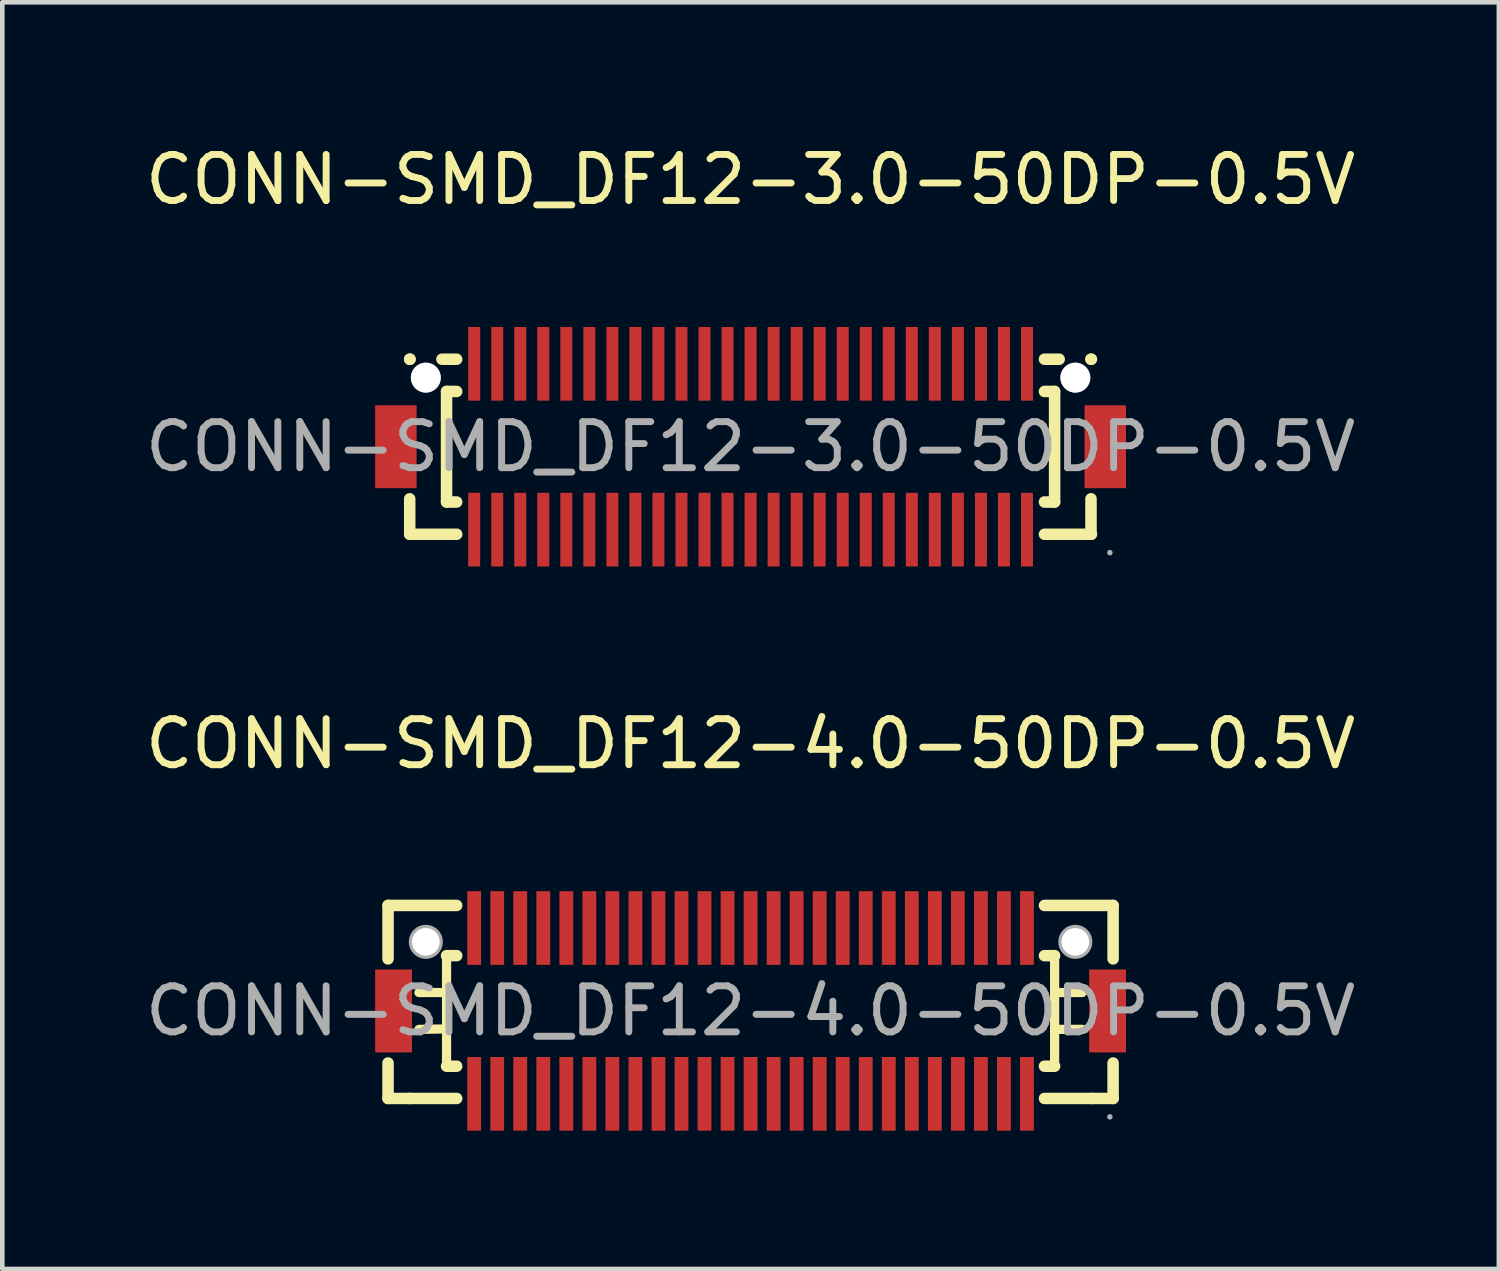
<source format=kicad_pcb>
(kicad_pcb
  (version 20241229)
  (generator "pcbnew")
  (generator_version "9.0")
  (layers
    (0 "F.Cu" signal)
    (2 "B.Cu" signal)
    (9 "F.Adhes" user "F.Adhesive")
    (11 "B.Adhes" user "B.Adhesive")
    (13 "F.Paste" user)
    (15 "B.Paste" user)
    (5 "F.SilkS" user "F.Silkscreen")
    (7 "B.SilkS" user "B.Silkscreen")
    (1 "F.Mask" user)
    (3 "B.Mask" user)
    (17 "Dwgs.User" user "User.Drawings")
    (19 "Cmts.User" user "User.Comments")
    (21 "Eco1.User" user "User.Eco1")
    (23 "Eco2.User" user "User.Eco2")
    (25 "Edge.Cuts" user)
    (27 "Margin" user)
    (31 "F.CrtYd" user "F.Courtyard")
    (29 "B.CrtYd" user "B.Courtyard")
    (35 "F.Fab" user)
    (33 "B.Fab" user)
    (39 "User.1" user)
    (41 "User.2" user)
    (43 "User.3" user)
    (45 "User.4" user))
  (footprint "CONN-SMD_DF12-3.0-50DP-0.5V"
    (layer "F.Cu")
    (at 13.244 6.648)
    (property "Reference" "CONN-SMD_DF12-3.0-50DP-0.5V" (at 0 -5.8 0) (layer "F.SilkS") (effects (font (size 1 1) (thickness 0.15))))
    (attr through_hole)
    (fp_line (start -7.4 -1.9) (end -7.4 -1.9) (stroke (width 0.25) (type solid)) (layer "F.SilkS"))
    (fp_line (start -7.4 -1.9) (end -7.39 -1.9) (stroke (width 0.25) (type solid)) (layer "F.SilkS"))
    (fp_line (start -7.4 1.13) (end -7.4 1.9) (stroke (width 0.25) (type solid)) (layer "F.SilkS"))
    (fp_line (start -7.4 1.9) (end -6.38 1.9) (stroke (width 0.25) (type solid)) (layer "F.SilkS"))
    (fp_line (start -6.7 -1.9) (end -6.38 -1.9) (stroke (width 0.25) (type solid)) (layer "F.SilkS"))
    (fp_line (start -6.6 -1.2) (end -6.38 -1.2) (stroke (width 0.25) (type solid)) (layer "F.SilkS"))
    (fp_line (start -6.6 1.2) (end -6.6 -1.2) (stroke (width 0.2) (type solid)) (layer "F.SilkS"))
    (fp_line (start -6.6 1.2) (end -6.6 -1.2) (stroke (width 0.25) (type solid)) (layer "F.SilkS"))
    (fp_line (start -6.38 1.2) (end -6.6 1.2) (stroke (width 0.25) (type solid)) (layer "F.SilkS"))
    (fp_line (start 6.38 -1.9) (end 6.7 -1.9) (stroke (width 0.25) (type solid)) (layer "F.SilkS"))
    (fp_line (start 6.38 -1.2) (end 6.6 -1.2) (stroke (width 0.25) (type solid)) (layer "F.SilkS"))
    (fp_line (start 6.38 1.9) (end 7.4 1.9) (stroke (width 0.25) (type solid)) (layer "F.SilkS"))
    (fp_line (start 6.6 -1.2) (end 6.6 1.2) (stroke (width 0.2) (type solid)) (layer "F.SilkS"))
    (fp_line (start 6.6 -1.2) (end 6.6 1.2) (stroke (width 0.25) (type solid)) (layer "F.SilkS"))
    (fp_line (start 6.6 1.2) (end 6.38 1.2) (stroke (width 0.25) (type solid)) (layer "F.SilkS"))
    (fp_line (start 7.39 -1.9) (end 7.39 -1.9) (stroke (width 0.25) (type solid)) (layer "F.SilkS"))
    (fp_line (start 7.39 -1.9) (end 7.4 -1.9) (stroke (width 0.25) (type solid)) (layer "F.SilkS"))
    (fp_line (start 7.39 1.13) (end 7.39 1.9) (stroke (width 0.25) (type solid)) (layer "F.SilkS"))
    (fp_circle (center 7.8 2.3) (end 7.83 2.3) (stroke (width 0.06) (type solid)) (fill no) (layer "F.Fab"))
    (fp_text user "${REFERENCE}" (at 0 0 0) (layer "F.Fab") (effects (font (size 1 1) (thickness 0.15))))
    (pad "" thru_hole circle (at -7.05 -1.5) (size 0.65 0.65) (drill 0.65) (layers "*.Cu" "*.Mask"))
    (pad "" thru_hole circle (at 7.05 -1.5) (size 0.65 0.65) (drill 0.65) (layers "*.Cu" "*.Mask"))
    (pad "1" smd rect (at 6 1.8) (size 0.26 1.6) (layers "F.Cu" "F.Mask" "F.Paste"))
    (pad "2" smd rect (at 5.5 1.8) (size 0.26 1.6) (layers "F.Cu" "F.Mask" "F.Paste"))
    (pad "3" smd rect (at 5 1.8) (size 0.26 1.6) (layers "F.Cu" "F.Mask" "F.Paste"))
    (pad "4" smd rect (at 4.5 1.8) (size 0.26 1.6) (layers "F.Cu" "F.Mask" "F.Paste"))
    (pad "5" smd rect (at 4 1.8) (size 0.26 1.6) (layers "F.Cu" "F.Mask" "F.Paste"))
    (pad "6" smd rect (at 3.5 1.8) (size 0.26 1.6) (layers "F.Cu" "F.Mask" "F.Paste"))
    (pad "7" smd rect (at 3 1.8) (size 0.26 1.6) (layers "F.Cu" "F.Mask" "F.Paste"))
    (pad "8" smd rect (at 2.5 1.8) (size 0.26 1.6) (layers "F.Cu" "F.Mask" "F.Paste"))
    (pad "9" smd rect (at 2 1.8) (size 0.26 1.6) (layers "F.Cu" "F.Mask" "F.Paste"))
    (pad "10" smd rect (at 1.5 1.8) (size 0.26 1.6) (layers "F.Cu" "F.Mask" "F.Paste"))
    (pad "11" smd rect (at 1 1.8) (size 0.26 1.6) (layers "F.Cu" "F.Mask" "F.Paste"))
    (pad "12" smd rect (at 0.5 1.8) (size 0.26 1.6) (layers "F.Cu" "F.Mask" "F.Paste"))
    (pad "13" smd rect (at 0 1.8) (size 0.26 1.6) (layers "F.Cu" "F.Mask" "F.Paste"))
    (pad "14" smd rect (at -0.5 1.8) (size 0.26 1.6) (layers "F.Cu" "F.Mask" "F.Paste"))
    (pad "15" smd rect (at -1 1.8) (size 0.26 1.6) (layers "F.Cu" "F.Mask" "F.Paste"))
    (pad "16" smd rect (at -1.5 1.8) (size 0.26 1.6) (layers "F.Cu" "F.Mask" "F.Paste"))
    (pad "17" smd rect (at -2 1.8) (size 0.26 1.6) (layers "F.Cu" "F.Mask" "F.Paste"))
    (pad "18" smd rect (at -2.5 1.8) (size 0.26 1.6) (layers "F.Cu" "F.Mask" "F.Paste"))
    (pad "19" smd rect (at -3 1.8) (size 0.26 1.6) (layers "F.Cu" "F.Mask" "F.Paste"))
    (pad "20" smd rect (at -3.5 1.8) (size 0.26 1.6) (layers "F.Cu" "F.Mask" "F.Paste"))
    (pad "21" smd rect (at -4 1.8) (size 0.26 1.6) (layers "F.Cu" "F.Mask" "F.Paste"))
    (pad "22" smd rect (at -4.5 1.8) (size 0.26 1.6) (layers "F.Cu" "F.Mask" "F.Paste"))
    (pad "23" smd rect (at -5 1.8) (size 0.26 1.6) (layers "F.Cu" "F.Mask" "F.Paste"))
    (pad "24" smd rect (at -5.5 1.8) (size 0.26 1.6) (layers "F.Cu" "F.Mask" "F.Paste"))
    (pad "25" smd rect (at -6 1.8) (size 0.26 1.6) (layers "F.Cu" "F.Mask" "F.Paste"))
    (pad "26" smd rect (at -6 -1.8) (size 0.26 1.6) (layers "F.Cu" "F.Mask" "F.Paste"))
    (pad "27" smd rect (at -5.5 -1.8) (size 0.26 1.6) (layers "F.Cu" "F.Mask" "F.Paste"))
    (pad "28" smd rect (at -5 -1.8) (size 0.26 1.6) (layers "F.Cu" "F.Mask" "F.Paste"))
    (pad "29" smd rect (at -4.5 -1.8) (size 0.26 1.6) (layers "F.Cu" "F.Mask" "F.Paste"))
    (pad "30" smd rect (at -4 -1.8) (size 0.26 1.6) (layers "F.Cu" "F.Mask" "F.Paste"))
    (pad "31" smd rect (at -3.5 -1.8) (size 0.26 1.6) (layers "F.Cu" "F.Mask" "F.Paste"))
    (pad "32" smd rect (at -3 -1.8) (size 0.26 1.6) (layers "F.Cu" "F.Mask" "F.Paste"))
    (pad "33" smd rect (at -2.5 -1.8) (size 0.26 1.6) (layers "F.Cu" "F.Mask" "F.Paste"))
    (pad "34" smd rect (at -2 -1.8) (size 0.26 1.6) (layers "F.Cu" "F.Mask" "F.Paste"))
    (pad "35" smd rect (at -1.5 -1.8) (size 0.26 1.6) (layers "F.Cu" "F.Mask" "F.Paste"))
    (pad "36" smd rect (at -1 -1.8) (size 0.26 1.6) (layers "F.Cu" "F.Mask" "F.Paste"))
    (pad "37" smd rect (at -0.5 -1.8) (size 0.26 1.6) (layers "F.Cu" "F.Mask" "F.Paste"))
    (pad "38" smd rect (at 0 -1.8) (size 0.26 1.6) (layers "F.Cu" "F.Mask" "F.Paste"))
    (pad "39" smd rect (at 0.5 -1.8) (size 0.26 1.6) (layers "F.Cu" "F.Mask" "F.Paste"))
    (pad "40" smd rect (at 1 -1.8) (size 0.26 1.6) (layers "F.Cu" "F.Mask" "F.Paste"))
    (pad "41" smd rect (at 1.5 -1.8) (size 0.26 1.6) (layers "F.Cu" "F.Mask" "F.Paste"))
    (pad "42" smd rect (at 2 -1.8) (size 0.26 1.6) (layers "F.Cu" "F.Mask" "F.Paste"))
    (pad "43" smd rect (at 2.5 -1.8) (size 0.26 1.6) (layers "F.Cu" "F.Mask" "F.Paste"))
    (pad "44" smd rect (at 3 -1.8) (size 0.26 1.6) (layers "F.Cu" "F.Mask" "F.Paste"))
    (pad "45" smd rect (at 3.5 -1.8) (size 0.26 1.6) (layers "F.Cu" "F.Mask" "F.Paste"))
    (pad "46" smd rect (at 4 -1.8) (size 0.26 1.6) (layers "F.Cu" "F.Mask" "F.Paste"))
    (pad "47" smd rect (at 4.5 -1.8) (size 0.26 1.6) (layers "F.Cu" "F.Mask" "F.Paste"))
    (pad "48" smd rect (at 5 -1.8) (size 0.26 1.6) (layers "F.Cu" "F.Mask" "F.Paste"))
    (pad "49" smd rect (at 5.5 -1.8) (size 0.26 1.6) (layers "F.Cu" "F.Mask" "F.Paste"))
    (pad "50" smd rect (at 6 -1.8) (size 0.26 1.6) (layers "F.Cu" "F.Mask" "F.Paste"))
    (pad "51" smd rect (at 7.7 0) (size 0.9 1.8) (layers "F.Cu" "F.Mask" "F.Paste"))
    (pad "52" smd rect (at -7.7 0) (size 0.9 1.8) (layers "F.Cu" "F.Mask" "F.Paste")))
  (footprint "CONN-SMD_DF12-4.0-50DP-0.5V"
    (layer "F.Cu")
    (at 13.244 18.896)
    (property "Reference" "CONN-SMD_DF12-4.0-50DP-0.5V" (at 0 -5.8 0) (layer "F.SilkS") (effects (font (size 1 1) (thickness 0.15))))
    (attr through_hole)
    (fp_line (start -7.87 -2.29) (end -7.87 -1.13) (stroke (width 0.25) (type solid)) (layer "F.SilkS"))
    (fp_line (start -7.87 1.13) (end -7.87 1.9) (stroke (width 0.25) (type solid)) (layer "F.SilkS"))
    (fp_line (start -7.87 1.9) (end -7.4 1.9) (stroke (width 0.25) (type solid)) (layer "F.SilkS"))
    (fp_line (start -7.4 1.9) (end -6.38 1.9) (stroke (width 0.25) (type solid)) (layer "F.SilkS"))
    (fp_line (start -7.2 -0.4) (end -6.6 -0.4) (stroke (width 0.2) (type solid)) (layer "F.SilkS"))
    (fp_line (start -6.6 -1.2) (end -6.38 -1.2) (stroke (width 0.25) (type solid)) (layer "F.SilkS"))
    (fp_line (start -6.6 0.39) (end -7.2 0.4) (stroke (width 0.2) (type solid)) (layer "F.SilkS"))
    (fp_line (start -6.6 1.2) (end -6.6 -1.2) (stroke (width 0.2) (type solid)) (layer "F.SilkS"))
    (fp_line (start -6.38 -2.29) (end -7.87 -2.29) (stroke (width 0.25) (type solid)) (layer "F.SilkS"))
    (fp_line (start -6.38 1.2) (end -6.6 1.2) (stroke (width 0.25) (type solid)) (layer "F.SilkS"))
    (fp_line (start 6.38 -1.2) (end 6.6 -1.2) (stroke (width 0.25) (type solid)) (layer "F.SilkS"))
    (fp_line (start 6.38 1.9) (end 7.4 1.9) (stroke (width 0.25) (type solid)) (layer "F.SilkS"))
    (fp_line (start 6.6 -1.2) (end 6.6 1.2) (stroke (width 0.2) (type solid)) (layer "F.SilkS"))
    (fp_line (start 6.6 -0.4) (end 7.2 -0.4) (stroke (width 0.2) (type solid)) (layer "F.SilkS"))
    (fp_line (start 6.6 1.2) (end 6.38 1.2) (stroke (width 0.25) (type solid)) (layer "F.SilkS"))
    (fp_line (start 7.2 0.4) (end 6.6 0.4) (stroke (width 0.2) (type solid)) (layer "F.SilkS"))
    (fp_line (start 7.4 1.9) (end 7.87 1.9) (stroke (width 0.25) (type solid)) (layer "F.SilkS"))
    (fp_line (start 7.87 -2.29) (end 6.38 -2.29) (stroke (width 0.25) (type solid)) (layer "F.SilkS"))
    (fp_line (start 7.87 -1.13) (end 7.87 -2.29) (stroke (width 0.25) (type solid)) (layer "F.SilkS"))
    (fp_line (start 7.87 1.9) (end 7.87 1.13) (stroke (width 0.25) (type solid)) (layer "F.SilkS"))
    (fp_circle (center -7.05 -1.5) (end -6.93 -1.5) (stroke (width 0.25) (type solid)) (fill no) (layer "F.Fab"))
    (fp_circle (center 7.05 -1.5) (end 7.17 -1.5) (stroke (width 0.25) (type solid)) (fill no) (layer "F.Fab"))
    (fp_circle (center 7.8 2.3) (end 7.83 2.3) (stroke (width 0.06) (type solid)) (fill no) (layer "F.Fab"))
    (fp_text user "${REFERENCE}" (at 0 0 0) (layer "F.Fab") (effects (font (size 1 1) (thickness 0.15))))
    (pad "" thru_hole circle (at -7.05 -1.5) (size 0.6 0.6) (drill 0.6) (layers "*.Cu" "*.Mask"))
    (pad "" thru_hole circle (at 7.05 -1.5) (size 0.6 0.6) (drill 0.6) (layers "*.Cu" "*.Mask"))
    (pad "1" smd rect (at 6 1.8) (size 0.3 1.6) (layers "F.Cu" "F.Mask" "F.Paste"))
    (pad "2" smd rect (at 5.5 1.8) (size 0.3 1.6) (layers "F.Cu" "F.Mask" "F.Paste"))
    (pad "3" smd rect (at 5 1.8) (size 0.3 1.6) (layers "F.Cu" "F.Mask" "F.Paste"))
    (pad "4" smd rect (at 4.5 1.8) (size 0.3 1.6) (layers "F.Cu" "F.Mask" "F.Paste"))
    (pad "5" smd rect (at 4 1.8) (size 0.3 1.6) (layers "F.Cu" "F.Mask" "F.Paste"))
    (pad "6" smd rect (at 3.5 1.8) (size 0.3 1.6) (layers "F.Cu" "F.Mask" "F.Paste"))
    (pad "7" smd rect (at 3 1.8) (size 0.3 1.6) (layers "F.Cu" "F.Mask" "F.Paste"))
    (pad "8" smd rect (at 2.5 1.8) (size 0.3 1.6) (layers "F.Cu" "F.Mask" "F.Paste"))
    (pad "9" smd rect (at 2 1.8) (size 0.3 1.6) (layers "F.Cu" "F.Mask" "F.Paste"))
    (pad "10" smd rect (at 1.5 1.8) (size 0.3 1.6) (layers "F.Cu" "F.Mask" "F.Paste"))
    (pad "11" smd rect (at 1 1.8) (size 0.3 1.6) (layers "F.Cu" "F.Mask" "F.Paste"))
    (pad "12" smd rect (at 0.5 1.8) (size 0.3 1.6) (layers "F.Cu" "F.Mask" "F.Paste"))
    (pad "13" smd rect (at 0 1.8) (size 0.3 1.6) (layers "F.Cu" "F.Mask" "F.Paste"))
    (pad "14" smd rect (at -0.5 1.8) (size 0.3 1.6) (layers "F.Cu" "F.Mask" "F.Paste"))
    (pad "15" smd rect (at -1 1.8) (size 0.3 1.6) (layers "F.Cu" "F.Mask" "F.Paste"))
    (pad "16" smd rect (at -1.5 1.8) (size 0.3 1.6) (layers "F.Cu" "F.Mask" "F.Paste"))
    (pad "17" smd rect (at -2 1.8) (size 0.3 1.6) (layers "F.Cu" "F.Mask" "F.Paste"))
    (pad "18" smd rect (at -2.5 1.8) (size 0.3 1.6) (layers "F.Cu" "F.Mask" "F.Paste"))
    (pad "19" smd rect (at -3 1.8) (size 0.3 1.6) (layers "F.Cu" "F.Mask" "F.Paste"))
    (pad "20" smd rect (at -3.5 1.8) (size 0.3 1.6) (layers "F.Cu" "F.Mask" "F.Paste"))
    (pad "21" smd rect (at -4 1.8) (size 0.3 1.6) (layers "F.Cu" "F.Mask" "F.Paste"))
    (pad "22" smd rect (at -4.5 1.8) (size 0.3 1.6) (layers "F.Cu" "F.Mask" "F.Paste"))
    (pad "23" smd rect (at -5 1.8) (size 0.3 1.6) (layers "F.Cu" "F.Mask" "F.Paste"))
    (pad "24" smd rect (at -5.5 1.8) (size 0.3 1.6) (layers "F.Cu" "F.Mask" "F.Paste"))
    (pad "25" smd rect (at -6 1.8) (size 0.3 1.6) (layers "F.Cu" "F.Mask" "F.Paste"))
    (pad "26" smd rect (at -6 -1.8) (size 0.3 1.6) (layers "F.Cu" "F.Mask" "F.Paste"))
    (pad "27" smd rect (at -5.5 -1.8) (size 0.3 1.6) (layers "F.Cu" "F.Mask" "F.Paste"))
    (pad "28" smd rect (at -5 -1.8) (size 0.3 1.6) (layers "F.Cu" "F.Mask" "F.Paste"))
    (pad "29" smd rect (at -4.5 -1.8) (size 0.3 1.6) (layers "F.Cu" "F.Mask" "F.Paste"))
    (pad "30" smd rect (at -4 -1.8) (size 0.3 1.6) (layers "F.Cu" "F.Mask" "F.Paste"))
    (pad "31" smd rect (at -3.5 -1.8) (size 0.3 1.6) (layers "F.Cu" "F.Mask" "F.Paste"))
    (pad "32" smd rect (at -3 -1.8) (size 0.3 1.6) (layers "F.Cu" "F.Mask" "F.Paste"))
    (pad "33" smd rect (at -2.5 -1.8) (size 0.3 1.6) (layers "F.Cu" "F.Mask" "F.Paste"))
    (pad "34" smd rect (at -2 -1.8) (size 0.3 1.6) (layers "F.Cu" "F.Mask" "F.Paste"))
    (pad "35" smd rect (at -1.5 -1.8) (size 0.3 1.6) (layers "F.Cu" "F.Mask" "F.Paste"))
    (pad "36" smd rect (at -1 -1.8) (size 0.3 1.6) (layers "F.Cu" "F.Mask" "F.Paste"))
    (pad "37" smd rect (at -0.5 -1.8) (size 0.3 1.6) (layers "F.Cu" "F.Mask" "F.Paste"))
    (pad "38" smd rect (at 0 -1.8) (size 0.3 1.6) (layers "F.Cu" "F.Mask" "F.Paste"))
    (pad "39" smd rect (at 0.5 -1.8) (size 0.3 1.6) (layers "F.Cu" "F.Mask" "F.Paste"))
    (pad "40" smd rect (at 1 -1.8) (size 0.3 1.6) (layers "F.Cu" "F.Mask" "F.Paste"))
    (pad "41" smd rect (at 1.5 -1.8) (size 0.3 1.6) (layers "F.Cu" "F.Mask" "F.Paste"))
    (pad "42" smd rect (at 2 -1.8) (size 0.3 1.6) (layers "F.Cu" "F.Mask" "F.Paste"))
    (pad "43" smd rect (at 2.5 -1.8) (size 0.3 1.6) (layers "F.Cu" "F.Mask" "F.Paste"))
    (pad "44" smd rect (at 3 -1.8) (size 0.3 1.6) (layers "F.Cu" "F.Mask" "F.Paste"))
    (pad "45" smd rect (at 3.5 -1.8) (size 0.3 1.6) (layers "F.Cu" "F.Mask" "F.Paste"))
    (pad "46" smd rect (at 4 -1.8) (size 0.3 1.6) (layers "F.Cu" "F.Mask" "F.Paste"))
    (pad "47" smd rect (at 4.5 -1.8) (size 0.3 1.6) (layers "F.Cu" "F.Mask" "F.Paste"))
    (pad "48" smd rect (at 5 -1.8) (size 0.3 1.6) (layers "F.Cu" "F.Mask" "F.Paste"))
    (pad "49" smd rect (at 5.5 -1.8) (size 0.3 1.6) (layers "F.Cu" "F.Mask" "F.Paste"))
    (pad "50" smd rect (at 6 -1.8) (size 0.3 1.6) (layers "F.Cu" "F.Mask" "F.Paste"))
    (pad "51" smd rect (at -7.75 0) (size 0.8 1.8) (layers "F.Cu" "F.Mask" "F.Paste"))
    (pad "52" smd rect (at 7.75 0) (size 0.8 1.8) (layers "F.Cu" "F.Mask" "F.Paste")))
  (gr_rect
    (start -3 -3)
    (end 29.488 24.497)
    (stroke (width 0.1) (type default))
    (fill no)
    (layer "Edge.Cuts")))
</source>
